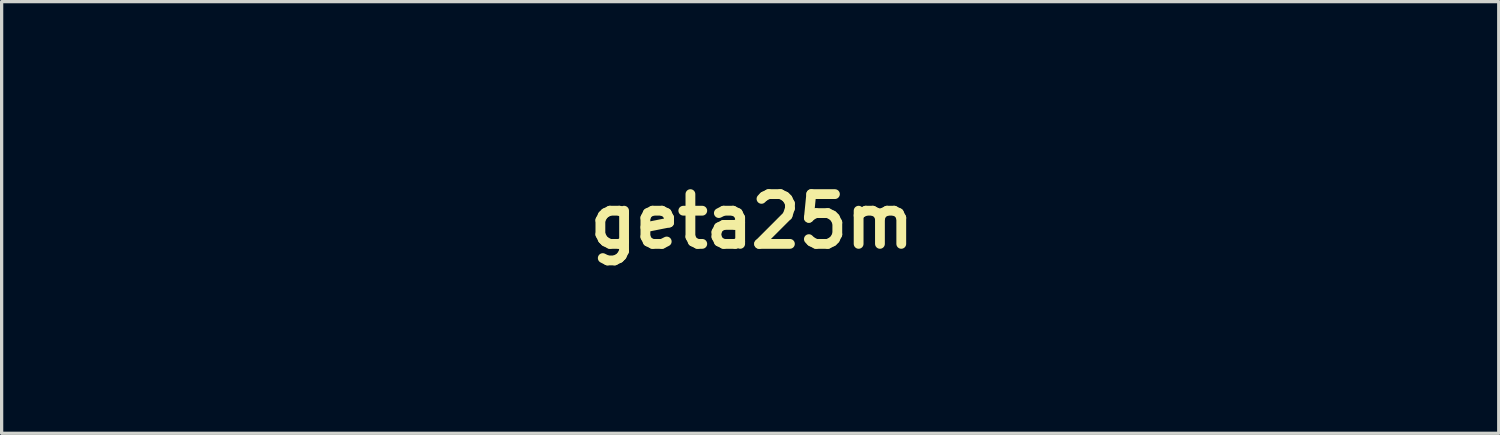
<source format=kicad_pcb>
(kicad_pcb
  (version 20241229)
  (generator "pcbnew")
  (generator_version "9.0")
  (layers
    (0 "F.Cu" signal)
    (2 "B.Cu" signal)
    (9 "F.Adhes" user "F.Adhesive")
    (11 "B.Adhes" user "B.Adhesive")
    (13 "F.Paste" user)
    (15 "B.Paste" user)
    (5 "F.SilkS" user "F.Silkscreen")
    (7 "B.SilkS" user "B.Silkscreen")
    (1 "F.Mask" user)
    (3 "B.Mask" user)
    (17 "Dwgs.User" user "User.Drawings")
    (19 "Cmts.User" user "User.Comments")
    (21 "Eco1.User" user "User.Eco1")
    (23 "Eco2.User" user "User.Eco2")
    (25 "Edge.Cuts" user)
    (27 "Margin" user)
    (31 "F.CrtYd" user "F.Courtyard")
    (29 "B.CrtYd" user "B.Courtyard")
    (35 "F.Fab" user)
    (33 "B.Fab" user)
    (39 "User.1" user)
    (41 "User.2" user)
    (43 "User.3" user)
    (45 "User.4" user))
  (footprint "geta25m"
    (layer "F.Cu")
    (at 19.986 3.731)
    (property "Reference" "geta25m" (at 0 0 0) (layer "F.SilkS") (effects (font (size 1.524 1.524) (thickness 0.3))))
    (attr through_hole)
    (fp_poly (pts (xy -10.567 -2.844) (xy -10.444 -2.801) (xy -10.361 -2.728) (xy -10.343 -2.697) (xy -10.306 -2.591) (xy -10.312 -2.512) (xy -10.367 -2.445) (xy -10.426 -2.403) (xy -10.539 -2.352) (xy -10.692 -2.311) (xy -10.869 -2.279) (xy -11.056 -2.26) (xy -11.237 -2.255) (xy -11.395 -2.265) (xy -11.502 -2.288) (xy -11.578 -2.33) (xy -11.656 -2.397) (xy -11.668 -2.411) (xy -11.749 -2.506) (xy -11.512 -2.634) (xy -11.305 -2.732) (xy -11.099 -2.802) (xy -10.902 -2.844) (xy -10.723 -2.858) (xy -10.567 -2.844)) (stroke (width 0.01) (type solid)) (fill yes) (layer "F.Mask"))
    (fp_poly (pts (xy 3.181 -3.237) (xy 3.363 -3.201) (xy 3.523 -3.145) (xy 3.651 -3.073) (xy 3.723 -3.003) (xy 3.771 -2.899) (xy 3.791 -2.769) (xy 3.784 -2.634) (xy 3.75 -2.515) (xy 3.692 -2.432) (xy 3.69 -2.43) (xy 3.593 -2.389) (xy 3.481 -2.393) (xy 3.387 -2.436) (xy 3.222 -2.565) (xy 3.061 -2.707) (xy 2.919 -2.848) (xy 2.807 -2.975) (xy 2.781 -3.011) (xy 2.718 -3.105) (xy 2.689 -3.171) (xy 2.698 -3.213) (xy 2.749 -3.236) (xy 2.848 -3.247) (xy 2.99 -3.25) (xy 3.181 -3.237)) (stroke (width 0.01) (type solid)) (fill yes) (layer "F.Mask"))
    (fp_poly (pts (xy -8.963 1.675) (xy -8.853 1.706) (xy -8.721 1.748) (xy -8.579 1.798) (xy -8.436 1.852) (xy -8.303 1.906) (xy -8.191 1.957) (xy -8.142 1.982) (xy -7.944 2.102) (xy -7.796 2.221) (xy -7.693 2.348) (xy -7.629 2.491) (xy -7.599 2.66) (xy -7.596 2.846) (xy -7.606 2.998) (xy -7.624 3.096) (xy -7.654 3.151) (xy -7.701 3.173) (xy -7.723 3.175) (xy -7.757 3.156) (xy -7.824 3.105) (xy -7.913 3.03) (xy -7.985 2.967) (xy -8.192 2.77) (xy -8.398 2.558) (xy -8.592 2.345) (xy -8.763 2.141) (xy -8.9 1.959) (xy -8.921 1.928) (xy -8.991 1.82) (xy -9.044 1.732) (xy -9.074 1.676) (xy -9.077 1.661) (xy -9.042 1.659) (xy -8.963 1.675)) (stroke (width 0.01) (type solid)) (fill yes) (layer "F.Mask"))
    (fp_poly (pts (xy -16.918 -1.42) (xy -16.805 -1.403) (xy -16.674 -1.379) (xy -16.534 -1.348) (xy -16.397 -1.313) (xy -16.29 -1.282) (xy -16.002 -1.167) (xy -15.759 -1.024) (xy -15.564 -0.854) (xy -15.418 -0.66) (xy -15.368 -0.562) (xy -15.321 -0.426) (xy -15.299 -0.293) (xy -15.303 -0.184) (xy -15.319 -0.137) (xy -15.369 -0.092) (xy -15.452 -0.054) (xy -15.545 -0.034) (xy -15.573 -0.032) (xy -15.647 -0.05) (xy -15.731 -0.092) (xy -15.748 -0.104) (xy -15.787 -0.129) (xy -15.828 -0.148) (xy -15.88 -0.161) (xy -15.954 -0.168) (xy -16.058 -0.173) (xy -16.201 -0.174) (xy -16.346 -0.175) (xy -16.846 -0.175) (xy -16.744 -0.293) (xy -16.663 -0.374) (xy -16.579 -0.441) (xy -16.548 -0.461) (xy -16.486 -0.498) (xy -16.455 -0.525) (xy -16.454 -0.528) (xy -16.47 -0.563) (xy -16.514 -0.636) (xy -16.578 -0.737) (xy -16.655 -0.855) (xy -16.737 -0.98) (xy -16.818 -1.098) (xy -16.89 -1.201) (xy -16.946 -1.277) (xy -16.968 -1.304) (xy -17.016 -1.367) (xy -17.037 -1.411) (xy -17.036 -1.419) (xy -16.998 -1.426) (xy -16.918 -1.42)) (stroke (width 0.01) (type solid)) (fill yes) (layer "F.Mask"))
    (fp_poly (pts (xy 0.526 0.486) (xy 0.673 0.518) (xy 0.77 0.573) (xy 0.815 0.647) (xy 0.808 0.739) (xy 0.747 0.844) (xy 0.711 0.886) (xy 0.651 0.945) (xy 0.557 1.033) (xy 0.44 1.14) (xy 0.31 1.256) (xy 0.243 1.315) (xy 0.055 1.487) (xy -0.108 1.651) (xy -0.241 1.802) (xy -0.34 1.936) (xy -0.404 2.049) (xy -0.427 2.134) (xy -0.412 2.182) (xy -0.379 2.188) (xy -0.311 2.169) (xy -0.204 2.124) (xy -0.054 2.05) (xy 0.129 1.954) (xy 0.352 1.83) (xy 0.535 1.716) (xy 0.691 1.601) (xy 0.834 1.476) (xy 0.961 1.348) (xy 1.048 1.259) (xy 1.121 1.189) (xy 1.17 1.149) (xy 1.183 1.143) (xy 1.217 1.158) (xy 1.221 1.206) (xy 1.196 1.295) (xy 1.152 1.401) (xy 1.049 1.589) (xy 0.899 1.79) (xy 0.711 1.999) (xy 0.491 2.207) (xy 0.247 2.409) (xy -0.014 2.596) (xy -0.284 2.763) (xy -0.288 2.765) (xy -0.427 2.841) (xy -0.528 2.889) (xy -0.6 2.912) (xy -0.656 2.914) (xy -0.696 2.901) (xy -0.731 2.865) (xy -0.783 2.788) (xy -0.842 2.688) (xy -0.9 2.581) (xy -0.947 2.483) (xy -0.974 2.41) (xy -0.975 2.405) (xy -0.985 2.326) (xy -0.973 2.254) (xy -0.934 2.18) (xy -0.863 2.092) (xy -0.752 1.982) (xy -0.703 1.937) (xy -0.575 1.81) (xy -0.461 1.682) (xy -0.365 1.56) (xy -0.294 1.452) (xy -0.254 1.367) (xy -0.248 1.311) (xy -0.258 1.298) (xy -0.317 1.276) (xy -0.359 1.27) (xy -0.456 1.252) (xy -0.575 1.204) (xy -0.692 1.139) (xy -0.786 1.067) (xy -0.806 1.045) (xy -0.889 0.948) (xy -0.715 0.97) (xy -0.555 0.976) (xy -0.399 0.952) (xy -0.238 0.892) (xy -0.063 0.794) (xy 0.136 0.653) (xy 0.234 0.577) (xy 0.317 0.515) (xy 0.38 0.485) (xy 0.45 0.479) (xy 0.526 0.486)) (stroke (width 0.01) (type solid)) (fill yes) (layer "F.Mask"))
    (fp_poly (pts (xy 15.324 -2.951) (xy 15.392 -2.905) (xy 15.481 -2.838) (xy 15.509 -2.815) (xy 15.601 -2.738) (xy 15.656 -2.685) (xy 15.681 -2.643) (xy 15.685 -2.599) (xy 15.68 -2.561) (xy 15.655 -2.46) (xy 15.609 -2.343) (xy 15.541 -2.203) (xy 15.446 -2.035) (xy 15.322 -1.834) (xy 15.165 -1.595) (xy 15.044 -1.415) (xy 14.593 -0.75) (xy 14.675 -0.694) (xy 14.764 -0.612) (xy 14.813 -0.509) (xy 14.825 -0.372) (xy 14.815 -0.251) (xy 14.804 -0.143) (xy 14.792 0.009) (xy 14.781 0.189) (xy 14.772 0.376) (xy 14.77 0.422) (xy 14.763 0.606) (xy 14.76 0.738) (xy 14.762 0.831) (xy 14.77 0.898) (xy 14.784 0.951) (xy 14.806 1.002) (xy 14.816 1.021) (xy 14.843 1.08) (xy 14.86 1.132) (xy 14.867 1.193) (xy 14.865 1.278) (xy 14.855 1.401) (xy 14.846 1.498) (xy 14.813 1.775) (xy 14.772 2.036) (xy 14.724 2.274) (xy 14.672 2.482) (xy 14.617 2.653) (xy 14.561 2.778) (xy 14.507 2.851) (xy 14.482 2.865) (xy 14.418 2.857) (xy 14.327 2.798) (xy 14.298 2.773) (xy 14.163 2.63) (xy 14.058 2.471) (xy 13.991 2.308) (xy 13.97 2.168) (xy 13.978 2.109) (xy 14.001 2.003) (xy 14.036 1.862) (xy 14.078 1.701) (xy 14.099 1.627) (xy 14.185 1.308) (xy 14.251 1.029) (xy 14.3 0.77) (xy 14.337 0.514) (xy 14.365 0.247) (xy 14.378 0.086) (xy 14.384 -0.025) (xy 14.383 -0.099) (xy 14.374 -0.149) (xy 14.356 -0.189) (xy 14.346 -0.205) (xy 14.298 -0.261) (xy 14.257 -0.285) (xy 14.222 -0.267) (xy 14.152 -0.217) (xy 14.055 -0.142) (xy 13.94 -0.049) (xy 13.891 -0.008) (xy 13.711 0.144) (xy 13.57 0.261) (xy 13.465 0.346) (xy 13.391 0.402) (xy 13.344 0.434) (xy 13.318 0.444) (xy 13.317 0.445) (xy 13.281 0.424) (xy 13.236 0.381) (xy 13.203 0.329) (xy 13.186 0.255) (xy 13.18 0.14) (xy 13.18 0.114) (xy 13.18 -0.09) (xy 13.675 -0.625) (xy 14.006 -0.995) (xy 14.299 -1.354) (xy 14.568 -1.719) (xy 14.809 -2.08) (xy 14.928 -2.273) (xy 15.035 -2.46) (xy 15.124 -2.629) (xy 15.19 -2.769) (xy 15.221 -2.854) (xy 15.25 -2.928) (xy 15.281 -2.967) (xy 15.287 -2.969) (xy 15.324 -2.951)) (stroke (width 0.01) (type solid)) (fill yes) (layer "F.Mask"))
    (fp_poly (pts (xy -16.592 -3.101) (xy -16.416 -3.095) (xy -16.22 -3.086) (xy -16.015 -3.074) (xy -15.813 -3.06) (xy -15.627 -3.043) (xy -15.468 -3.025) (xy -15.396 -3.015) (xy -15.232 -2.975) (xy -15.069 -2.91) (xy -14.919 -2.826) (xy -14.79 -2.73) (xy -14.691 -2.629) (xy -14.632 -2.529) (xy -14.619 -2.463) (xy -14.626 -2.407) (xy -14.649 -2.364) (xy -14.694 -2.334) (xy -14.766 -2.316) (xy -14.872 -2.309) (xy -15.017 -2.313) (xy -15.207 -2.326) (xy -15.446 -2.349) (xy -15.466 -2.351) (xy -15.794 -2.381) (xy -16.109 -2.405) (xy -16.406 -2.423) (xy -16.679 -2.434) (xy -16.924 -2.439) (xy -17.134 -2.437) (xy -17.306 -2.429) (xy -17.433 -2.413) (xy -17.51 -2.391) (xy -17.52 -2.386) (xy -17.531 -2.349) (xy -17.511 -2.272) (xy -17.481 -2.197) (xy -17.433 -2.075) (xy -17.392 -1.945) (xy -17.356 -1.802) (xy -17.326 -1.642) (xy -17.301 -1.459) (xy -17.281 -1.249) (xy -17.265 -1.006) (xy -17.253 -0.725) (xy -17.245 -0.402) (xy -17.24 -0.03) (xy -17.238 0.393) (xy -17.238 0.875) (xy -17.239 0.948) (xy -17.24 1.346) (xy -17.243 1.686) (xy -17.246 1.974) (xy -17.251 2.214) (xy -17.258 2.414) (xy -17.267 2.578) (xy -17.279 2.711) (xy -17.294 2.82) (xy -17.313 2.91) (xy -17.336 2.987) (xy -17.363 3.055) (xy -17.394 3.121) (xy -17.399 3.13) (xy -17.472 3.252) (xy -17.54 3.317) (xy -17.609 3.323) (xy -17.69 3.273) (xy -17.79 3.167) (xy -17.793 3.164) (xy -17.881 3.047) (xy -17.965 2.917) (xy -18.019 2.817) (xy -18.102 2.642) (xy -18.024 2.051) (xy -18.001 1.863) (xy -17.982 1.681) (xy -17.965 1.495) (xy -17.951 1.294) (xy -17.939 1.065) (xy -17.928 0.8) (xy -17.917 0.485) (xy -17.913 0.357) (xy -17.899 -0.121) (xy -17.889 -0.539) (xy -17.883 -0.902) (xy -17.881 -1.214) (xy -17.883 -1.477) (xy -17.889 -1.696) (xy -17.899 -1.875) (xy -17.914 -2.018) (xy -17.933 -2.129) (xy -17.957 -2.21) (xy -17.976 -2.252) (xy -17.992 -2.268) (xy -18.025 -2.276) (xy -18.082 -2.275) (xy -18.171 -2.266) (xy -18.3 -2.247) (xy -18.462 -2.22) (xy -18.641 -2.193) (xy -18.824 -2.17) (xy -18.993 -2.154) (xy -19.131 -2.145) (xy -19.177 -2.144) (xy -19.309 -2.147) (xy -19.404 -2.158) (xy -19.48 -2.181) (xy -19.557 -2.22) (xy -19.572 -2.229) (xy -19.677 -2.304) (xy -19.78 -2.403) (xy -19.872 -2.511) (xy -19.942 -2.615) (xy -19.978 -2.704) (xy -19.981 -2.729) (xy -19.955 -2.747) (xy -19.881 -2.758) (xy -19.768 -2.763) (xy -19.763 -2.763) (xy -19.485 -2.771) (xy -19.155 -2.794) (xy -18.774 -2.832) (xy -18.345 -2.885) (xy -17.868 -2.952) (xy -17.868 -2.952) (xy -17.646 -2.985) (xy -17.433 -3.015) (xy -17.236 -3.043) (xy -17.067 -3.067) (xy -16.934 -3.084) (xy -16.845 -3.095) (xy -16.835 -3.096) (xy -16.735 -3.101) (xy -16.592 -3.101)) (stroke (width 0.01) (type solid)) (fill yes) (layer "F.Mask"))
    (fp_poly (pts (xy -8.469 -3.161) (xy -8.37 -3.126) (xy -8.257 -3.076) (xy -8.148 -3.02) (xy -8.062 -2.967) (xy -8.047 -2.956) (xy -8.005 -2.915) (xy -7.976 -2.864) (xy -7.955 -2.787) (xy -7.936 -2.666) (xy -7.932 -2.637) (xy -7.917 -2.439) (xy -7.921 -2.224) (xy -7.946 -1.979) (xy -7.992 -1.691) (xy -8.004 -1.625) (xy -8.023 -1.511) (xy -8.034 -1.423) (xy -8.034 -1.377) (xy -8.033 -1.375) (xy -8.002 -1.378) (xy -7.942 -1.408) (xy -7.925 -1.419) (xy -7.865 -1.467) (xy -7.841 -1.518) (xy -7.84 -1.601) (xy -7.84 -1.611) (xy -7.839 -1.697) (xy -7.827 -1.753) (xy -7.821 -1.76) (xy -7.773 -1.767) (xy -7.686 -1.759) (xy -7.574 -1.739) (xy -7.452 -1.709) (xy -7.333 -1.673) (xy -7.259 -1.645) (xy -7.152 -1.589) (xy -7.052 -1.518) (xy -7.005 -1.473) (xy -6.952 -1.402) (xy -6.932 -1.339) (xy -6.949 -1.279) (xy -7.007 -1.217) (xy -7.108 -1.147) (xy -7.258 -1.066) (xy -7.359 -1.017) (xy -7.495 -0.954) (xy -7.659 -0.883) (xy -7.827 -0.814) (xy -7.918 -0.778) (xy -8.23 -0.659) (xy -8.296 -0.448) (xy -8.34 -0.317) (xy -8.398 -0.159) (xy -8.459 -0.003) (xy -8.471 0.029) (xy -8.518 0.146) (xy -8.553 0.238) (xy -8.571 0.293) (xy -8.573 0.302) (xy -8.544 0.307) (xy -8.469 0.318) (xy -8.361 0.331) (xy -8.23 0.347) (xy -8.227 0.347) (xy -7.794 0.419) (xy -7.407 0.527) (xy -7.066 0.672) (xy -6.769 0.855) (xy -6.516 1.074) (xy -6.506 1.085) (xy -6.355 1.259) (xy -6.257 1.411) (xy -6.21 1.543) (xy -6.214 1.655) (xy -6.265 1.746) (xy -6.307 1.784) (xy -6.356 1.802) (xy -6.421 1.798) (xy -6.511 1.771) (xy -6.637 1.72) (xy -6.747 1.671) (xy -6.878 1.613) (xy -7.002 1.564) (xy -7.102 1.528) (xy -7.153 1.514) (xy -7.236 1.493) (xy -7.286 1.467) (xy -7.297 1.444) (xy -7.262 1.43) (xy -7.234 1.429) (xy -7.173 1.416) (xy -7.108 1.385) (xy -7.052 1.346) (xy -7.024 1.31) (xy -7.027 1.294) (xy -7.105 1.229) (xy -7.218 1.149) (xy -7.347 1.065) (xy -7.476 0.988) (xy -7.52 0.964) (xy -7.654 0.902) (xy -7.807 0.852) (xy -7.988 0.811) (xy -8.206 0.777) (xy -8.47 0.749) (xy -8.539 0.744) (xy -8.797 0.722) (xy -9.115 1.09) (xy -9.227 1.217) (xy -9.329 1.327) (xy -9.413 1.413) (xy -9.472 1.467) (xy -9.492 1.48) (xy -9.555 1.472) (xy -9.616 1.414) (xy -9.666 1.318) (xy -9.694 1.209) (xy -9.701 1.152) (xy -9.698 1.101) (xy -9.683 1.048) (xy -9.649 0.983) (xy -9.593 0.898) (xy -9.51 0.784) (xy -9.394 0.633) (xy -9.371 0.603) (xy -9.166 0.313) (xy -8.996 0.023) (xy -8.868 -0.254) (xy -8.861 -0.271) (xy -8.829 -0.359) (xy -8.809 -0.422) (xy -8.805 -0.439) (xy -8.831 -0.449) (xy -8.896 -0.452) (xy -8.957 -0.45) (xy -9.094 -0.455) (xy -9.204 -0.495) (xy -9.208 -0.497) (xy -9.262 -0.538) (xy -9.339 -0.606) (xy -9.429 -0.694) (xy -9.525 -0.792) (xy -9.62 -0.892) (xy -9.704 -0.985) (xy -9.77 -1.064) (xy -9.81 -1.119) (xy -9.817 -1.143) (xy -9.815 -1.143) (xy -9.768 -1.133) (xy -9.687 -1.107) (xy -9.607 -1.077) (xy -9.469 -1.038) (xy -9.312 -1.021) (xy -9.147 -1.022) (xy -8.986 -1.041) (xy -8.839 -1.076) (xy -8.718 -1.124) (xy -8.634 -1.185) (xy -8.603 -1.234) (xy -8.57 -1.36) (xy -8.537 -1.532) (xy -8.507 -1.732) (xy -8.483 -1.945) (xy -8.466 -2.151) (xy -8.46 -2.293) (xy -8.453 -2.651) (xy -8.636 -2.755) (xy -8.727 -2.812) (xy -8.795 -2.864) (xy -8.827 -2.9) (xy -8.828 -2.902) (xy -8.812 -2.948) (xy -8.763 -3.012) (xy -8.694 -3.08) (xy -8.62 -3.137) (xy -8.557 -3.171) (xy -8.537 -3.175) (xy -8.469 -3.161)) (stroke (width 0.01) (type solid)) (fill yes) (layer "F.Mask"))
    (fp_poly (pts (xy 18.09 -2.377) (xy 18.288 -2.259) (xy 18.432 -2.136) (xy 18.524 -2.003) (xy 18.566 -1.856) (xy 18.561 -1.692) (xy 18.529 -1.56) (xy 18.5 -1.49) (xy 18.447 -1.379) (xy 18.374 -1.239) (xy 18.288 -1.081) (xy 18.22 -0.961) (xy 17.952 -0.492) (xy 18.039 -0.471) (xy 18.184 -0.406) (xy 18.303 -0.286) (xy 18.394 -0.112) (xy 18.457 0.115) (xy 18.491 0.392) (xy 18.498 0.619) (xy 18.497 0.778) (xy 18.493 0.895) (xy 18.483 0.991) (xy 18.461 1.083) (xy 18.426 1.191) (xy 18.374 1.335) (xy 18.359 1.373) (xy 18.355 1.415) (xy 18.392 1.428) (xy 18.409 1.429) (xy 18.465 1.437) (xy 18.564 1.459) (xy 18.696 1.493) (xy 18.85 1.535) (xy 19.015 1.582) (xy 19.18 1.631) (xy 19.334 1.679) (xy 19.443 1.715) (xy 19.63 1.797) (xy 19.763 1.896) (xy 19.842 2.011) (xy 19.868 2.142) (xy 19.85 2.267) (xy 19.797 2.348) (xy 19.713 2.378) (xy 19.697 2.378) (xy 19.635 2.37) (xy 19.539 2.354) (xy 19.431 2.333) (xy 19.182 2.275) (xy 18.923 2.2) (xy 18.634 2.104) (xy 18.601 2.092) (xy 18.327 2.009) (xy 18.058 1.962) (xy 17.778 1.947) (xy 17.47 1.965) (xy 17.357 1.978) (xy 17.162 2.005) (xy 16.941 2.04) (xy 16.72 2.078) (xy 16.538 2.113) (xy 16.256 2.162) (xy 15.992 2.191) (xy 15.734 2.201) (xy 15.575 2.203) (xy 15.461 2.201) (xy 15.378 2.194) (xy 15.313 2.181) (xy 15.255 2.158) (xy 15.191 2.125) (xy 15.179 2.119) (xy 15.069 2.051) (xy 14.993 1.99) (xy 14.959 1.942) (xy 14.963 1.921) (xy 14.995 1.91) (xy 15.069 1.894) (xy 15.169 1.876) (xy 15.189 1.873) (xy 15.298 1.853) (xy 15.427 1.825) (xy 15.565 1.793) (xy 15.699 1.758) (xy 15.817 1.726) (xy 15.908 1.697) (xy 15.959 1.677) (xy 15.964 1.673) (xy 15.967 1.633) (xy 15.956 1.581) (xy 16.547 1.581) (xy 16.577 1.578) (xy 16.591 1.573) (xy 16.638 1.561) (xy 16.728 1.543) (xy 16.85 1.521) (xy 16.991 1.497) (xy 17.022 1.492) (xy 17.171 1.468) (xy 17.311 1.449) (xy 17.425 1.435) (xy 17.5 1.429) (xy 17.506 1.429) (xy 17.61 1.405) (xy 17.699 1.331) (xy 17.78 1.201) (xy 17.817 1.119) (xy 17.845 1.043) (xy 17.862 0.966) (xy 17.872 0.872) (xy 17.876 0.743) (xy 17.876 0.596) (xy 17.872 0.414) (xy 17.863 0.286) (xy 17.844 0.202) (xy 17.812 0.154) (xy 17.763 0.132) (xy 17.693 0.127) (xy 17.69 0.127) (xy 17.648 0.129) (xy 17.611 0.137) (xy 17.572 0.158) (xy 17.528 0.197) (xy 17.473 0.26) (xy 17.402 0.352) (xy 17.311 0.478) (xy 17.194 0.646) (xy 17.085 0.802) (xy 16.974 0.962) (xy 16.866 1.115) (xy 16.77 1.251) (xy 16.693 1.357) (xy 16.649 1.415) (xy 16.58 1.507) (xy 16.547 1.56) (xy 16.547 1.581) (xy 15.956 1.581) (xy 15.951 1.562) (xy 15.948 1.551) (xy 15.932 1.461) (xy 15.936 1.349) (xy 15.949 1.256) (xy 15.969 1.15) (xy 15.989 1.071) (xy 16.002 1.038) (xy 16.037 1.034) (xy 16.102 1.056) (xy 16.125 1.068) (xy 16.229 1.123) (xy 16.359 0.982) (xy 16.429 0.901) (xy 16.512 0.797) (xy 16.599 0.683) (xy 16.682 0.571) (xy 16.752 0.47) (xy 16.801 0.393) (xy 16.82 0.351) (xy 16.82 0.35) (xy 16.795 0.33) (xy 16.726 0.296) (xy 16.623 0.252) (xy 16.496 0.201) (xy 16.468 0.191) (xy 16.306 0.128) (xy 16.187 0.077) (xy 16.114 0.039) (xy 16.088 0.016) (xy 16.114 0.009) (xy 16.122 0.01) (xy 16.162 -0.002) (xy 16.239 -0.036) (xy 16.337 -0.085) (xy 16.37 -0.103) (xy 16.499 -0.165) (xy 16.666 -0.234) (xy 16.851 -0.303) (xy 17.038 -0.366) (xy 17.209 -0.416) (xy 17.252 -0.427) (xy 17.316 -0.47) (xy 17.396 -0.569) (xy 17.489 -0.721) (xy 17.594 -0.922) (xy 17.682 -1.111) (xy 17.737 -1.24) (xy 17.797 -1.383) (xy 17.855 -1.528) (xy 17.907 -1.663) (xy 17.948 -1.773) (xy 17.973 -1.848) (xy 17.978 -1.871) (xy 17.951 -1.874) (xy 17.879 -1.867) (xy 17.768 -1.852) (xy 17.63 -1.829) (xy 17.512 -1.807) (xy 17.325 -1.773) (xy 17.183 -1.751) (xy 17.076 -1.742) (xy 16.993 -1.745) (xy 16.923 -1.761) (xy 16.857 -1.79) (xy 16.805 -1.819) (xy 16.752 -1.86) (xy 16.683 -1.925) (xy 16.607 -2.002) (xy 16.537 -2.081) (xy 16.483 -2.148) (xy 16.456 -2.192) (xy 16.455 -2.202) (xy 16.486 -2.21) (xy 16.563 -2.223) (xy 16.676 -2.24) (xy 16.813 -2.259) (xy 16.877 -2.267) (xy 17.058 -2.293) (xy 17.253 -2.326) (xy 17.438 -2.361) (xy 17.591 -2.394) (xy 17.597 -2.396) (xy 17.907 -2.472) (xy 18.09 -2.377)) (stroke (width 0.01) (type solid)) (fill yes) (layer "F.Mask"))
    (fp_poly (pts (xy 1.205 -3.725) (xy 1.38 -3.681) (xy 1.447 -3.654) (xy 1.512 -3.612) (xy 1.598 -3.539) (xy 1.686 -3.452) (xy 1.762 -3.367) (xy 1.807 -3.301) (xy 1.817 -3.254) (xy 1.831 -3.154) (xy 1.846 -3.014) (xy 1.863 -2.844) (xy 1.876 -2.68) (xy 1.897 -2.426) (xy 1.92 -2.173) (xy 1.942 -1.931) (xy 1.965 -1.71) (xy 1.985 -1.52) (xy 2.003 -1.369) (xy 2.018 -1.268) (xy 2.023 -1.244) (xy 2.038 -1.199) (xy 2.067 -1.181) (xy 2.128 -1.184) (xy 2.17 -1.19) (xy 2.262 -1.21) (xy 2.382 -1.244) (xy 2.508 -1.284) (xy 2.52 -1.288) (xy 2.759 -1.348) (xy 2.978 -1.357) (xy 3.173 -1.314) (xy 3.339 -1.221) (xy 3.421 -1.143) (xy 3.492 -1.057) (xy 3.521 -0.997) (xy 3.511 -0.951) (xy 3.463 -0.906) (xy 3.46 -0.904) (xy 3.428 -0.884) (xy 3.384 -0.866) (xy 3.322 -0.848) (xy 3.234 -0.828) (xy 3.113 -0.807) (xy 2.951 -0.78) (xy 2.742 -0.748) (xy 2.709 -0.743) (xy 2.559 -0.719) (xy 2.416 -0.692) (xy 2.297 -0.666) (xy 2.221 -0.645) (xy 2.141 -0.616) (xy 2.103 -0.588) (xy 2.095 -0.548) (xy 2.102 -0.498) (xy 2.177 -0.182) (xy 2.292 0.16) (xy 2.443 0.518) (xy 2.624 0.88) (xy 2.829 1.238) (xy 3.053 1.58) (xy 3.291 1.896) (xy 3.536 2.176) (xy 3.536 2.176) (xy 3.67 2.31) (xy 3.804 2.433) (xy 3.93 2.539) (xy 4.039 2.622) (xy 4.125 2.674) (xy 4.179 2.691) (xy 4.186 2.69) (xy 4.236 2.638) (xy 4.283 2.533) (xy 4.326 2.385) (xy 4.361 2.205) (xy 4.388 2.002) (xy 4.402 1.788) (xy 4.404 1.699) (xy 4.405 1.54) (xy 4.471 1.733) (xy 4.509 1.874) (xy 4.543 2.061) (xy 4.571 2.274) (xy 4.59 2.497) (xy 4.6 2.711) (xy 4.6 2.762) (xy 4.607 2.892) (xy 4.632 2.99) (xy 4.671 3.067) (xy 4.724 3.171) (xy 4.737 3.252) (xy 4.71 3.326) (xy 4.691 3.354) (xy 4.593 3.448) (xy 4.471 3.488) (xy 4.323 3.473) (xy 4.192 3.425) (xy 4.036 3.338) (xy 3.851 3.205) (xy 3.64 3.032) (xy 3.409 2.823) (xy 3.162 2.581) (xy 2.906 2.312) (xy 2.82 2.219) (xy 2.529 1.859) (xy 2.259 1.447) (xy 2.015 0.992) (xy 1.8 0.503) (xy 1.62 -0.012) (xy 1.552 -0.248) (xy 1.516 -0.369) (xy 1.488 -0.438) (xy 1.461 -0.464) (xy 1.443 -0.464) (xy 1.397 -0.449) (xy 1.311 -0.423) (xy 1.199 -0.389) (xy 1.128 -0.368) (xy 0.926 -0.303) (xy 0.69 -0.218) (xy 0.432 -0.12) (xy 0.163 -0.011) (xy -0.107 0.102) (xy -0.367 0.216) (xy -0.604 0.326) (xy -0.808 0.426) (xy -0.954 0.505) (xy -1.106 0.566) (xy -1.247 0.575) (xy -1.313 0.545) (xy -1.394 0.474) (xy -1.476 0.374) (xy -1.54 0.269) (xy -1.612 0.131) (xy -1.554 0.003) (xy -1.487 -0.108) (xy -1.415 -0.168) (xy -1.346 -0.174) (xy -1.285 -0.122) (xy -1.269 -0.093) (xy -1.237 -0.054) (xy -1.184 -0.056) (xy -1.164 -0.063) (xy -0.814 -0.189) (xy -0.512 -0.298) (xy -0.252 -0.391) (xy -0.028 -0.472) (xy 0.164 -0.543) (xy 0.332 -0.605) (xy 0.481 -0.66) (xy 0.616 -0.711) (xy 0.743 -0.759) (xy 0.847 -0.8) (xy 1.004 -0.861) (xy 1.143 -0.917) (xy 1.254 -0.963) (xy 1.33 -0.996) (xy 1.36 -1.012) (xy 1.362 -1.049) (xy 1.354 -1.135) (xy 1.337 -1.258) (xy 1.312 -1.405) (xy 1.311 -1.413) (xy 1.284 -1.56) (xy 1.263 -1.681) (xy 1.248 -1.766) (xy 1.242 -1.802) (xy 1.242 -1.802) (xy 1.228 -1.81) (xy 1.183 -1.795) (xy 1.103 -1.753) (xy 0.982 -1.682) (xy 0.878 -1.618) (xy 0.741 -1.537) (xy 0.605 -1.461) (xy 0.485 -1.399) (xy 0.407 -1.364) (xy 0.206 -1.314) (xy -0.012 -1.305) (xy -0.229 -1.337) (xy -0.426 -1.407) (xy -0.503 -1.45) (xy -0.572 -1.509) (xy -0.653 -1.597) (xy -0.734 -1.7) (xy -0.805 -1.804) (xy -0.856 -1.894) (xy -0.875 -1.956) (xy -0.875 -1.956) (xy -0.875 -1.983) (xy -0.868 -1.994) (xy -0.842 -1.989) (xy -0.786 -1.965) (xy -0.691 -1.921) (xy -0.589 -1.88) (xy -0.494 -1.851) (xy -0.439 -1.842) (xy -0.326 -1.855) (xy -0.182 -1.89) (xy -0.027 -1.942) (xy 0.12 -2.005) (xy 0.183 -2.038) (xy 0.362 -2.118) (xy 0.533 -2.15) (xy 0.715 -2.136) (xy 0.848 -2.101) (xy 0.956 -2.067) (xy 1.047 -2.037) (xy 1.103 -2.017) (xy 1.108 -2.015) (xy 1.138 -2.014) (xy 1.154 -2.046) (xy 1.155 -2.12) (xy 1.141 -2.24) (xy 1.112 -2.412) (xy 1.1 -2.477) (xy 1.053 -2.709) (xy 1.005 -2.912) (xy 0.946 -3.114) (xy 0.883 -3.309) (xy 0.846 -3.421) (xy 0.829 -3.493) (xy 0.83 -3.542) (xy 0.847 -3.585) (xy 0.856 -3.599) (xy 0.937 -3.684) (xy 1.056 -3.726) (xy 1.205 -3.725)) (stroke (width 0.01) (type solid)) (fill yes) (layer "F.Mask"))
    (fp_poly (pts (xy -11.108 -1.987) (xy -10.997 -1.95) (xy -10.871 -1.897) (xy -10.74 -1.832) (xy -10.616 -1.762) (xy -10.508 -1.693) (xy -10.429 -1.63) (xy -10.389 -1.579) (xy -10.386 -1.566) (xy -10.404 -1.525) (xy -10.451 -1.452) (xy -10.518 -1.36) (xy -10.541 -1.33) (xy -10.648 -1.184) (xy -10.707 -1.071) (xy -10.722 -0.988) (xy -10.713 -0.957) (xy -10.676 -0.932) (xy -10.607 -0.91) (xy -10.588 -0.906) (xy -10.496 -0.878) (xy -10.41 -0.835) (xy -10.342 -0.785) (xy -10.309 -0.739) (xy -10.308 -0.723) (xy -10.336 -0.692) (xy -10.403 -0.641) (xy -10.497 -0.577) (xy -10.554 -0.541) (xy -10.665 -0.471) (xy -10.737 -0.419) (xy -10.781 -0.372) (xy -10.808 -0.319) (xy -10.827 -0.254) (xy -10.857 -0.13) (xy -10.864 -0.054) (xy -10.846 -0.015) (xy -10.8 -0.001) (xy -10.768 0) (xy -10.61 0.027) (xy -10.441 0.104) (xy -10.275 0.222) (xy -10.178 0.315) (xy -10.069 0.438) (xy -9.996 0.539) (xy -9.955 0.635) (xy -9.939 0.742) (xy -9.941 0.878) (xy -9.944 0.927) (xy -9.971 1.18) (xy -10.018 1.413) (xy -10.092 1.649) (xy -10.192 1.896) (xy -10.319 2.152) (xy -10.463 2.375) (xy -10.617 2.562) (xy -10.777 2.709) (xy -10.937 2.81) (xy -11.093 2.863) (xy -11.239 2.863) (xy -11.331 2.83) (xy -11.419 2.765) (xy -11.534 2.655) (xy -11.669 2.503) (xy -11.822 2.317) (xy -11.985 2.102) (xy -12.154 1.864) (xy -12.216 1.776) (xy -12.514 1.86) (xy -12.651 1.898) (xy -12.747 1.919) (xy -12.813 1.925) (xy -12.863 1.918) (xy -12.899 1.904) (xy -12.983 1.833) (xy -13.046 1.719) (xy -13.083 1.579) (xy -13.09 1.429) (xy -13.064 1.288) (xy -13.053 1.259) (xy -13.016 1.186) (xy -12.983 1.146) (xy -12.976 1.143) (xy -12.939 1.162) (xy -12.879 1.212) (xy -12.847 1.242) (xy -12.795 1.291) (xy -12.751 1.319) (xy -12.699 1.331) (xy -12.622 1.329) (xy -12.518 1.32) (xy -12.288 1.293) (xy -12.091 1.253) (xy -11.909 1.195) (xy -11.72 1.112) (xy -11.506 0.999) (xy -11.494 0.992) (xy -11.362 0.919) (xy -11.248 0.86) (xy -11.162 0.819) (xy -11.112 0.8) (xy -11.105 0.8) (xy -11.113 0.833) (xy -11.159 0.896) (xy -11.237 0.984) (xy -11.338 1.089) (xy -11.456 1.204) (xy -11.584 1.322) (xy -11.714 1.437) (xy -11.84 1.542) (xy -11.953 1.63) (xy -12.014 1.672) (xy -12.084 1.723) (xy -12.128 1.763) (xy -12.136 1.777) (xy -12.114 1.819) (xy -12.058 1.882) (xy -11.981 1.955) (xy -11.895 2.026) (xy -11.815 2.082) (xy -11.787 2.098) (xy -11.69 2.134) (xy -11.567 2.153) (xy -11.43 2.158) (xy -11.275 2.152) (xy -11.158 2.125) (xy -11.062 2.068) (xy -10.971 1.974) (xy -10.898 1.875) (xy -10.711 1.578) (xy -10.575 1.29) (xy -10.489 1.006) (xy -10.45 0.739) (xy -10.443 0.62) (xy -10.445 0.545) (xy -10.461 0.493) (xy -10.495 0.447) (xy -10.528 0.411) (xy -10.593 0.35) (xy -10.649 0.326) (xy -10.724 0.329) (xy -10.751 0.333) (xy -10.829 0.352) (xy -10.944 0.385) (xy -11.081 0.43) (xy -11.221 0.479) (xy -11.39 0.539) (xy -11.516 0.577) (xy -11.608 0.596) (xy -11.675 0.595) (xy -11.727 0.577) (xy -11.771 0.544) (xy -11.813 0.497) (xy -11.818 0.448) (xy -11.8 0.39) (xy -11.737 0.293) (xy -11.641 0.234) (xy -11.574 0.222) (xy -11.511 0.212) (xy -11.437 0.189) (xy -11.383 0.159) (xy -11.352 0.111) (xy -11.335 0.024) (xy -11.333 0.006) (xy -11.318 -0.096) (xy -11.304 -0.178) (xy -11.299 -0.199) (xy -11.297 -0.228) (xy -11.316 -0.242) (xy -11.367 -0.244) (xy -11.462 -0.236) (xy -11.477 -0.235) (xy -11.608 -0.228) (xy -11.706 -0.24) (xy -11.78 -0.267) (xy -11.85 -0.296) (xy -11.894 -0.309) (xy -11.9 -0.308) (xy -11.909 -0.274) (xy -11.926 -0.192) (xy -11.948 -0.076) (xy -11.963 0.002) (xy -12.002 0.193) (xy -12.048 0.377) (xy -12.097 0.538) (xy -12.143 0.659) (xy -12.161 0.696) (xy -12.2 0.718) (xy -12.255 0.693) (xy -12.319 0.63) (xy -12.385 0.54) (xy -12.445 0.432) (xy -12.492 0.317) (xy -12.518 0.207) (xy -12.519 0.113) (xy -12.507 -0.029) (xy -12.484 -0.207) (xy -12.452 -0.411) (xy -12.432 -0.525) (xy -11.908 -0.525) (xy -11.898 -0.488) (xy -11.861 -0.483) (xy -11.787 -0.505) (xy -11.724 -0.528) (xy -11.624 -0.576) (xy -11.534 -0.637) (xy -11.505 -0.663) (xy -11.423 -0.761) (xy -11.344 -0.879) (xy -11.281 -0.994) (xy -11.246 -1.085) (xy -11.24 -1.123) (xy -11.249 -1.148) (xy -11.282 -1.165) (xy -11.351 -1.18) (xy -11.465 -1.197) (xy -11.478 -1.198) (xy -11.6 -1.212) (xy -11.709 -1.219) (xy -11.787 -1.218) (xy -11.804 -1.216) (xy -11.843 -1.205) (xy -11.866 -1.183) (xy -11.878 -1.136) (xy -11.881 -1.05) (xy -11.882 -0.957) (xy -11.884 -0.82) (xy -11.891 -0.691) (xy -11.899 -0.597) (xy -11.9 -0.595) (xy -11.908 -0.525) (xy -12.432 -0.525) (xy -12.413 -0.629) (xy -12.369 -0.851) (xy -12.323 -1.066) (xy -12.276 -1.262) (xy -12.231 -1.429) (xy -12.19 -1.555) (xy -12.155 -1.631) (xy -12.153 -1.633) (xy -12.093 -1.717) (xy -11.98 -1.511) (xy -11.925 -1.412) (xy -11.88 -1.339) (xy -11.855 -1.304) (xy -11.852 -1.303) (xy -11.825 -1.318) (xy -11.761 -1.358) (xy -11.671 -1.417) (xy -11.566 -1.486) (xy -11.457 -1.558) (xy -11.356 -1.627) (xy -11.273 -1.683) (xy -11.22 -1.721) (xy -11.208 -1.732) (xy -11.214 -1.764) (xy -11.243 -1.829) (xy -11.257 -1.858) (xy -11.294 -1.932) (xy -11.315 -1.98) (xy -11.317 -1.986) (xy -11.292 -1.995) (xy -11.228 -2) (xy -11.193 -2) (xy -11.108 -1.987)) (stroke (width 0.01) (type solid)) (fill yes) (layer "F.Mask"))
    (fp_poly (pts (xy 7.436 -3.145) (xy 7.548 -3.122) (xy 7.567 -3.115) (xy 7.65 -3.069) (xy 7.736 -2.996) (xy 7.759 -2.971) (xy 7.819 -2.891) (xy 7.845 -2.815) (xy 7.851 -2.709) (xy 7.847 -2.63) (xy 7.838 -2.506) (xy 7.823 -2.35) (xy 7.806 -2.175) (xy 7.787 -1.993) (xy 7.767 -1.819) (xy 7.749 -1.664) (xy 7.733 -1.543) (xy 7.72 -1.468) (xy 7.718 -1.457) (xy 7.718 -1.428) (xy 7.746 -1.41) (xy 7.812 -1.398) (xy 7.886 -1.391) (xy 8.029 -1.365) (xy 8.135 -1.311) (xy 8.198 -1.235) (xy 8.213 -1.167) (xy 8.188 -1.09) (xy 8.125 -1.011) (xy 8.04 -0.944) (xy 7.946 -0.904) (xy 7.942 -0.903) (xy 7.806 -0.862) (xy 7.717 -0.806) (xy 7.677 -0.738) (xy 7.676 -0.721) (xy 7.674 -0.663) (xy 7.667 -0.556) (xy 7.658 -0.418) (xy 7.648 -0.273) (xy 7.638 -0.125) (xy 7.631 -0.003) (xy 7.628 0.082) (xy 7.629 0.116) (xy 7.629 0.116) (xy 7.653 0.101) (xy 7.71 0.053) (xy 7.791 -0.021) (xy 7.859 -0.085) (xy 7.959 -0.18) (xy 8.022 -0.233) (xy 8.052 -0.245) (xy 8.056 -0.216) (xy 8.037 -0.148) (xy 8.022 -0.103) (xy 8.022 -0.067) (xy 8.054 -0.071) (xy 8.115 -0.111) (xy 8.198 -0.182) (xy 8.298 -0.279) (xy 8.409 -0.397) (xy 8.525 -0.532) (xy 8.534 -0.542) (xy 8.663 -0.71) (xy 8.813 -0.924) (xy 8.979 -1.174) (xy 9.154 -1.452) (xy 9.333 -1.749) (xy 9.377 -1.826) (xy 9.461 -1.973) (xy 9.545 -2.128) (xy 9.625 -2.28) (xy 9.695 -2.419) (xy 9.75 -2.534) (xy 9.784 -2.613) (xy 9.793 -2.644) (xy 9.771 -2.648) (xy 9.719 -2.625) (xy 9.71 -2.62) (xy 9.614 -2.576) (xy 9.558 -2.576) (xy 9.543 -2.616) (xy 9.57 -2.696) (xy 9.632 -2.799) (xy 9.736 -2.935) (xy 9.834 -3.021) (xy 9.944 -3.065) (xy 10.079 -3.076) (xy 10.122 -3.074) (xy 10.262 -3.057) (xy 10.358 -3.021) (xy 10.422 -2.957) (xy 10.466 -2.858) (xy 10.467 -2.856) (xy 10.477 -2.803) (xy 10.472 -2.746) (xy 10.446 -2.669) (xy 10.397 -2.557) (xy 10.38 -2.52) (xy 10.324 -2.399) (xy 10.295 -2.317) (xy 10.299 -2.26) (xy 10.338 -2.212) (xy 10.419 -2.158) (xy 10.509 -2.106) (xy 10.611 -2.032) (xy 10.737 -1.915) (xy 10.881 -1.762) (xy 11.034 -1.584) (xy 11.19 -1.387) (xy 11.327 -1.2) (xy 11.416 -1.075) (xy 11.491 -0.976) (xy 11.561 -0.894) (xy 11.637 -0.821) (xy 11.727 -0.746) (xy 11.841 -0.663) (xy 11.99 -0.561) (xy 12.093 -0.492) (xy 12.262 -0.377) (xy 12.389 -0.287) (xy 12.481 -0.215) (xy 12.546 -0.154) (xy 12.592 -0.097) (xy 12.625 -0.04) (xy 12.632 -0.025) (xy 12.67 0.11) (xy 12.653 0.231) (xy 12.589 0.332) (xy 12.525 0.389) (xy 12.464 0.41) (xy 12.384 0.406) (xy 12.235 0.369) (xy 12.062 0.297) (xy 11.884 0.198) (xy 11.757 0.111) (xy 11.584 -0.03) (xy 11.418 -0.193) (xy 11.253 -0.385) (xy 11.083 -0.614) (xy 10.902 -0.886) (xy 10.706 -1.208) (xy 10.669 -1.27) (xy 10.547 -1.476) (xy 10.446 -1.633) (xy 10.363 -1.748) (xy 10.293 -1.828) (xy 10.229 -1.879) (xy 10.184 -1.902) (xy 10.145 -1.914) (xy 10.113 -1.909) (xy 10.078 -1.879) (xy 10.033 -1.813) (xy 9.967 -1.704) (xy 9.958 -1.689) (xy 9.86 -1.53) (xy 9.745 -1.35) (xy 9.62 -1.161) (xy 9.494 -0.973) (xy 9.373 -0.8) (xy 9.265 -0.65) (xy 9.179 -0.537) (xy 9.149 -0.5) (xy 9.079 -0.412) (xy 9.053 -0.362) (xy 9.065 -0.349) (xy 9.175 -0.358) (xy 9.324 -0.383) (xy 9.498 -0.42) (xy 9.682 -0.466) (xy 9.862 -0.519) (xy 9.886 -0.526) (xy 10.018 -0.568) (xy 10.132 -0.603) (xy 10.217 -0.626) (xy 10.259 -0.635) (xy 10.26 -0.635) (xy 10.307 -0.624) (xy 10.386 -0.597) (xy 10.451 -0.571) (xy 10.568 -0.505) (xy 10.637 -0.422) (xy 10.666 -0.309) (xy 10.668 -0.254) (xy 10.65 -0.157) (xy 10.594 -0.077) (xy 10.493 -0.01) (xy 10.342 0.048) (xy 10.301 0.06) (xy 10.177 0.102) (xy 10.063 0.152) (xy 9.977 0.2) (xy 9.962 0.211) (xy 9.807 0.334) (xy 9.629 0.468) (xy 9.441 0.603) (xy 9.256 0.729) (xy 9.089 0.837) (xy 8.954 0.918) (xy 8.951 0.919) (xy 8.812 1.001) (xy 8.726 1.064) (xy 8.693 1.11) (xy 8.692 1.113) (xy 8.717 1.196) (xy 8.784 1.286) (xy 8.882 1.371) (xy 8.942 1.41) (xy 9.073 1.483) (xy 9.181 1.395) (xy 9.295 1.317) (xy 9.456 1.232) (xy 9.653 1.144) (xy 9.876 1.056) (xy 10.116 0.972) (xy 10.364 0.896) (xy 10.608 0.833) (xy 10.636 0.826) (xy 10.777 0.796) (xy 10.883 0.782) (xy 10.97 0.781) (xy 11.058 0.792) (xy 11.08 0.797) (xy 11.253 0.842) (xy 11.379 0.898) (xy 11.468 0.97) (xy 11.48 0.984) (xy 11.516 1.036) (xy 11.523 1.088) (xy 11.503 1.166) (xy 11.502 1.172) (xy 11.423 1.383) (xy 11.314 1.616) (xy 11.188 1.849) (xy 11.055 2.061) (xy 10.957 2.196) (xy 10.859 2.318) (xy 10.975 2.46) (xy 11.057 2.578) (xy 11.089 2.67) (xy 11.069 2.736) (xy 10.999 2.777) (xy 10.878 2.792) (xy 10.705 2.781) (xy 10.481 2.746) (xy 10.31 2.703) (xy 10.15 2.644) (xy 10.012 2.576) (xy 9.909 2.503) (xy 9.851 2.432) (xy 9.828 2.321) (xy 9.861 2.199) (xy 9.93 2.09) (xy 9.988 2.029) (xy 10.052 1.995) (xy 10.145 1.978) (xy 10.167 1.976) (xy 10.256 1.963) (xy 10.324 1.938) (xy 10.392 1.89) (xy 10.479 1.807) (xy 10.483 1.803) (xy 10.621 1.642) (xy 10.726 1.475) (xy 10.787 1.316) (xy 10.792 1.296) (xy 10.809 1.211) (xy 10.604 1.276) (xy 10.378 1.351) (xy 10.147 1.435) (xy 9.928 1.521) (xy 9.735 1.604) (xy 9.599 1.67) (xy 9.391 1.777) (xy 9.493 1.905) (xy 9.573 2.039) (xy 9.599 2.172) (xy 9.571 2.3) (xy 9.529 2.37) (xy 9.462 2.457) (xy 9.324 2.398) (xy 9.218 2.334) (xy 9.094 2.227) (xy 8.962 2.091) (xy 8.834 1.937) (xy 8.721 1.779) (xy 8.632 1.628) (xy 8.609 1.58) (xy 8.552 1.424) (xy 8.531 1.294) (xy 8.551 1.181) (xy 8.616 1.075) (xy 8.727 0.968) (xy 8.879 0.857) (xy 8.958 0.795) (xy 9.065 0.698) (xy 9.187 0.578) (xy 9.314 0.446) (xy 9.37 0.385) (xy 9.494 0.247) (xy 9.581 0.147) (xy 9.632 0.077) (xy 9.647 0.03) (xy 9.629 -0.002) (xy 9.578 -0.026) (xy 9.496 -0.051) (xy 9.446 -0.065) (xy 9.346 -0.104) (xy 9.229 -0.164) (xy 9.153 -0.211) (xy 9.07 -0.266) (xy 9.005 -0.304) (xy 8.975 -0.318) (xy 8.942 -0.305) (xy 8.87 -0.272) (xy 8.775 -0.224) (xy 8.746 -0.209) (xy 8.627 -0.152) (xy 8.478 -0.084) (xy 8.321 -0.018) (xy 8.232 0.018) (xy 7.927 0.136) (xy 7.592 0.619) (xy 7.592 1.095) (xy 7.594 1.292) (xy 7.599 1.529) (xy 7.606 1.785) (xy 7.615 2.035) (xy 7.622 2.186) (xy 7.632 2.398) (xy 7.638 2.557) (xy 7.641 2.673) (xy 7.638 2.757) (xy 7.631 2.819) (xy 7.619 2.869) (xy 7.6 2.917) (xy 7.586 2.948) (xy 7.526 3.056) (xy 7.463 3.103) (xy 7.391 3.089) (xy 7.304 3.016) (xy 7.299 3.01) (xy 7.249 2.953) (xy 7.173 2.86) (xy 7.078 2.739) (xy 6.969 2.599) (xy 6.854 2.449) (xy 6.74 2.298) (xy 6.632 2.154) (xy 6.537 2.027) (xy 6.463 1.924) (xy 6.416 1.855) (xy 6.403 1.834) (xy 6.397 1.781) (xy 6.43 1.753) (xy 6.487 1.757) (xy 6.53 1.78) (xy 6.634 1.853) (xy 6.746 1.93) (xy 6.856 2.003) (xy 6.952 2.065) (xy 7.024 2.109) (xy 7.059 2.127) (xy 7.06 2.127) (xy 7.068 2.097) (xy 7.075 2.014) (xy 7.08 1.889) (xy 7.083 1.732) (xy 7.084 1.616) (xy 7.084 1.105) (xy 6.984 1.203) (xy 6.842 1.32) (xy 6.68 1.413) (xy 6.507 1.481) (xy 6.331 1.525) (xy 6.162 1.542) (xy 6.008 1.532) (xy 5.877 1.495) (xy 5.78 1.428) (xy 5.726 1.34) (xy 5.709 1.208) (xy 5.74 1.083) (xy 5.814 0.975) (xy 5.922 0.898) (xy 6.005 0.87) (xy 6.099 0.843) (xy 6.184 0.807) (xy 6.188 0.805) (xy 6.242 0.778) (xy 6.262 0.786) (xy 6.265 0.818) (xy 6.248 0.889) (xy 6.232 0.914) (xy 6.209 0.951) (xy 6.229 0.962) (xy 6.283 0.949) (xy 6.366 0.916) (xy 6.469 0.866) (xy 6.586 0.802) (xy 6.708 0.729) (xy 6.83 0.649) (xy 6.897 0.601) (xy 6.969 0.547) (xy 7.022 0.5) (xy 7.061 0.449) (xy 7.087 0.384) (xy 7.104 0.295) (xy 7.116 0.171) (xy 7.124 0.002) (xy 7.131 -0.172) (xy 7.138 -0.347) (xy 7.141 -0.467) (xy 7.14 -0.543) (xy 7.133 -0.583) (xy 7.121 -0.596) (xy 7.101 -0.591) (xy 7.095 -0.589) (xy 7.043 -0.566) (xy 6.955 -0.529) (xy 6.851 -0.487) (xy 6.845 -0.485) (xy 6.649 -0.429) (xy 6.464 -0.428) (xy 6.273 -0.482) (xy 6.206 -0.512) (xy 6.122 -0.566) (xy 6.031 -0.642) (xy 5.946 -0.729) (xy 5.88 -0.813) (xy 5.845 -0.88) (xy 5.842 -0.897) (xy 5.862 -0.918) (xy 5.925 -0.94) (xy 6.035 -0.965) (xy 6.195 -0.994) (xy 6.276 -1.007) (xy 6.543 -1.054) (xy 6.767 -1.103) (xy 6.946 -1.154) (xy 7.076 -1.206) (xy 7.155 -1.257) (xy 7.174 -1.282) (xy 7.185 -1.335) (xy 7.195 -1.444) (xy 7.204 -1.601) (xy 7.212 -1.801) (xy 7.218 -2.035) (xy 7.219 -2.086) (xy 7.223 -2.321) (xy 7.226 -2.5) (xy 7.226 -2.631) (xy 7.223 -2.721) (xy 7.218 -2.778) (xy 7.209 -2.809) (xy 7.197 -2.822) (xy 7.18 -2.825) (xy 7.179 -2.825) (xy 7.115 -2.808) (xy 7.056 -2.778) (xy 6.987 -2.74) (xy 6.954 -2.741) (xy 6.943 -2.784) (xy 6.943 -2.802) (xy 6.963 -2.897) (xy 7.015 -3.002) (xy 7.082 -3.087) (xy 7.116 -3.114) (xy 7.198 -3.141) (xy 7.311 -3.151) (xy 7.436 -3.145)) (stroke (width 0.01) (type solid)) (fill yes) (layer "F.Mask")))
  (gr_rect
    (start -3 -3)
    (end 42.86 10.224)
    (stroke (width 0.1) (type default))
    (fill no)
    (layer "Edge.Cuts")))
</source>
